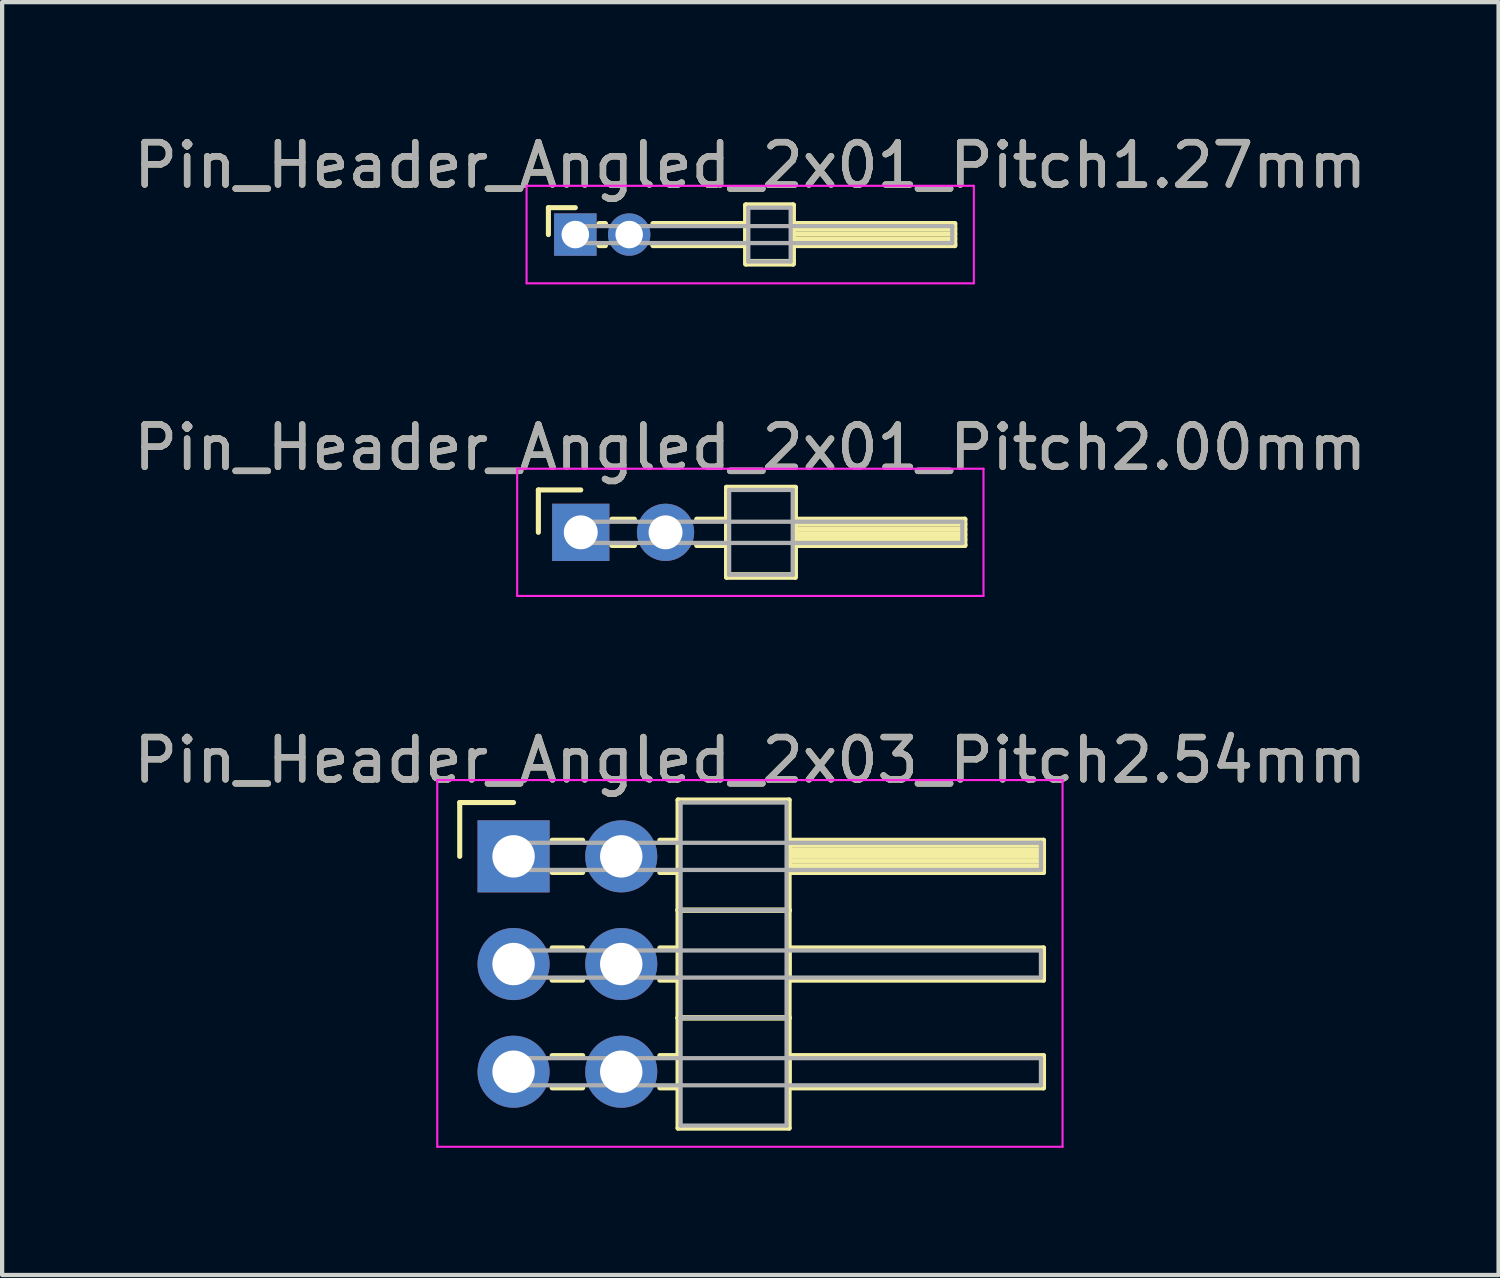
<source format=kicad_pcb>
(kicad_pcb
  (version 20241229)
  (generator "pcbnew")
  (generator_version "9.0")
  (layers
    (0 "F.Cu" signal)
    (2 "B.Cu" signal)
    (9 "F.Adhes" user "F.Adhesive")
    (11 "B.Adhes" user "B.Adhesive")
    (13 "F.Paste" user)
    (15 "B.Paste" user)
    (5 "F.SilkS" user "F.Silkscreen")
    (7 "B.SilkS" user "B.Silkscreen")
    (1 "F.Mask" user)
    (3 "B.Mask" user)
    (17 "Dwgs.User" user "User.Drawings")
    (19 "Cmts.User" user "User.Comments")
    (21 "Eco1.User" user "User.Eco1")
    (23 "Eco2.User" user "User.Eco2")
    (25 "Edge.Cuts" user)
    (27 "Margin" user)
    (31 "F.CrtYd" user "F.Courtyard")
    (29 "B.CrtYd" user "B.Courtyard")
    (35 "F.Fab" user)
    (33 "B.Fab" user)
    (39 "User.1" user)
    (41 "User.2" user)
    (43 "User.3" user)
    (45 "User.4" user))
  (footprint "Pin_Header_Angled_2x03_Pitch2.54mm"
    (layer "F.Cu")
    (at 9.064 17.15)
    (property "Reference" "Pin_Header_Angled_2x03_Pitch2.54mm" (at 5.585 -2.27 0) (layer "F.SilkS") (effects (font (size 1 1) (thickness 0.15))))
    (attr through_hole)
    (fp_line (start -1.27 -1.27) (end 0 -1.27) (stroke (width 0.12) (type solid)) (layer "F.SilkS"))
    (fp_line (start -1.27 0) (end -1.27 -1.27) (stroke (width 0.12) (type solid)) (layer "F.SilkS"))
    (fp_line (start 0.91 -0.38) (end 1.63 -0.38) (stroke (width 0.12) (type solid)) (layer "F.SilkS"))
    (fp_line (start 0.91 0.38) (end 1.63 0.38) (stroke (width 0.12) (type solid)) (layer "F.SilkS"))
    (fp_line (start 0.91 2.16) (end 1.63 2.16) (stroke (width 0.12) (type solid)) (layer "F.SilkS"))
    (fp_line (start 0.91 2.92) (end 1.63 2.92) (stroke (width 0.12) (type solid)) (layer "F.SilkS"))
    (fp_line (start 0.91 4.7) (end 1.63 4.7) (stroke (width 0.12) (type solid)) (layer "F.SilkS"))
    (fp_line (start 0.91 5.46) (end 1.63 5.46) (stroke (width 0.12) (type solid)) (layer "F.SilkS"))
    (fp_line (start 3.45 -0.38) (end 3.88 -0.38) (stroke (width 0.12) (type solid)) (layer "F.SilkS"))
    (fp_line (start 3.45 0.38) (end 3.88 0.38) (stroke (width 0.12) (type solid)) (layer "F.SilkS"))
    (fp_line (start 3.45 2.16) (end 3.88 2.16) (stroke (width 0.12) (type solid)) (layer "F.SilkS"))
    (fp_line (start 3.45 2.92) (end 3.88 2.92) (stroke (width 0.12) (type solid)) (layer "F.SilkS"))
    (fp_line (start 3.45 4.7) (end 3.88 4.7) (stroke (width 0.12) (type solid)) (layer "F.SilkS"))
    (fp_line (start 3.45 5.46) (end 3.88 5.46) (stroke (width 0.12) (type solid)) (layer "F.SilkS"))
    (fp_line (start 3.88 -1.33) (end 3.88 1.27) (stroke (width 0.12) (type solid)) (layer "F.SilkS"))
    (fp_line (start 3.88 1.27) (end 3.88 3.81) (stroke (width 0.12) (type solid)) (layer "F.SilkS"))
    (fp_line (start 3.88 1.27) (end 6.5 1.27) (stroke (width 0.12) (type solid)) (layer "F.SilkS"))
    (fp_line (start 3.88 3.81) (end 3.88 6.41) (stroke (width 0.12) (type solid)) (layer "F.SilkS"))
    (fp_line (start 3.88 3.81) (end 6.5 3.81) (stroke (width 0.12) (type solid)) (layer "F.SilkS"))
    (fp_line (start 3.88 6.41) (end 6.5 6.41) (stroke (width 0.12) (type solid)) (layer "F.SilkS"))
    (fp_line (start 6.5 -1.33) (end 3.88 -1.33) (stroke (width 0.12) (type solid)) (layer "F.SilkS"))
    (fp_line (start 6.5 -0.38) (end 6.5 0.38) (stroke (width 0.12) (type solid)) (layer "F.SilkS"))
    (fp_line (start 6.5 -0.26) (end 12.5 -0.26) (stroke (width 0.12) (type solid)) (layer "F.SilkS"))
    (fp_line (start 6.5 -0.14) (end 12.5 -0.14) (stroke (width 0.12) (type solid)) (layer "F.SilkS"))
    (fp_line (start 6.5 -0.02) (end 12.5 -0.02) (stroke (width 0.12) (type solid)) (layer "F.SilkS"))
    (fp_line (start 6.5 0.1) (end 12.5 0.1) (stroke (width 0.12) (type solid)) (layer "F.SilkS"))
    (fp_line (start 6.5 0.22) (end 12.5 0.22) (stroke (width 0.12) (type solid)) (layer "F.SilkS"))
    (fp_line (start 6.5 0.34) (end 12.5 0.34) (stroke (width 0.12) (type solid)) (layer "F.SilkS"))
    (fp_line (start 6.5 0.38) (end 12.5 0.38) (stroke (width 0.12) (type solid)) (layer "F.SilkS"))
    (fp_line (start 6.5 1.27) (end 3.88 1.27) (stroke (width 0.12) (type solid)) (layer "F.SilkS"))
    (fp_line (start 6.5 1.27) (end 6.5 -1.33) (stroke (width 0.12) (type solid)) (layer "F.SilkS"))
    (fp_line (start 6.5 2.16) (end 6.5 2.92) (stroke (width 0.12) (type solid)) (layer "F.SilkS"))
    (fp_line (start 6.5 2.92) (end 12.5 2.92) (stroke (width 0.12) (type solid)) (layer "F.SilkS"))
    (fp_line (start 6.5 3.81) (end 3.88 3.81) (stroke (width 0.12) (type solid)) (layer "F.SilkS"))
    (fp_line (start 6.5 3.81) (end 6.5 1.27) (stroke (width 0.12) (type solid)) (layer "F.SilkS"))
    (fp_line (start 6.5 4.7) (end 6.5 5.46) (stroke (width 0.12) (type solid)) (layer "F.SilkS"))
    (fp_line (start 6.5 5.46) (end 12.5 5.46) (stroke (width 0.12) (type solid)) (layer "F.SilkS"))
    (fp_line (start 6.5 6.41) (end 6.5 3.81) (stroke (width 0.12) (type solid)) (layer "F.SilkS"))
    (fp_line (start 12.5 -0.38) (end 6.5 -0.38) (stroke (width 0.12) (type solid)) (layer "F.SilkS"))
    (fp_line (start 12.5 0.38) (end 12.5 -0.38) (stroke (width 0.12) (type solid)) (layer "F.SilkS"))
    (fp_line (start 12.5 2.16) (end 6.5 2.16) (stroke (width 0.12) (type solid)) (layer "F.SilkS"))
    (fp_line (start 12.5 2.92) (end 12.5 2.16) (stroke (width 0.12) (type solid)) (layer "F.SilkS"))
    (fp_line (start 12.5 4.7) (end 6.5 4.7) (stroke (width 0.12) (type solid)) (layer "F.SilkS"))
    (fp_line (start 12.5 5.46) (end 12.5 4.7) (stroke (width 0.12) (type solid)) (layer "F.SilkS"))
    (fp_line (start -1.8 -1.8) (end -1.8 6.85) (stroke (width 0.05) (type solid)) (layer "F.CrtYd"))
    (fp_line (start -1.8 6.85) (end 12.95 6.85) (stroke (width 0.05) (type solid)) (layer "F.CrtYd"))
    (fp_line (start 12.95 -1.8) (end -1.8 -1.8) (stroke (width 0.05) (type solid)) (layer "F.CrtYd"))
    (fp_line (start 12.95 6.85) (end 12.95 -1.8) (stroke (width 0.05) (type solid)) (layer "F.CrtYd"))
    (fp_line (start 0 -0.32) (end 0 0.32) (stroke (width 0.1) (type solid)) (layer "F.Fab"))
    (fp_line (start 0 0.32) (end 12.44 0.32) (stroke (width 0.1) (type solid)) (layer "F.Fab"))
    (fp_line (start 0 2.22) (end 0 2.86) (stroke (width 0.1) (type solid)) (layer "F.Fab"))
    (fp_line (start 0 2.86) (end 12.44 2.86) (stroke (width 0.1) (type solid)) (layer "F.Fab"))
    (fp_line (start 0 4.76) (end 0 5.4) (stroke (width 0.1) (type solid)) (layer "F.Fab"))
    (fp_line (start 0 5.4) (end 12.44 5.4) (stroke (width 0.1) (type solid)) (layer "F.Fab"))
    (fp_line (start 3.94 -1.27) (end 3.94 1.27) (stroke (width 0.1) (type solid)) (layer "F.Fab"))
    (fp_line (start 3.94 1.27) (end 3.94 3.81) (stroke (width 0.1) (type solid)) (layer "F.Fab"))
    (fp_line (start 3.94 1.27) (end 6.44 1.27) (stroke (width 0.1) (type solid)) (layer "F.Fab"))
    (fp_line (start 3.94 3.81) (end 3.94 6.35) (stroke (width 0.1) (type solid)) (layer "F.Fab"))
    (fp_line (start 3.94 3.81) (end 6.44 3.81) (stroke (width 0.1) (type solid)) (layer "F.Fab"))
    (fp_line (start 3.94 6.35) (end 6.44 6.35) (stroke (width 0.1) (type solid)) (layer "F.Fab"))
    (fp_line (start 6.44 -1.27) (end 3.94 -1.27) (stroke (width 0.1) (type solid)) (layer "F.Fab"))
    (fp_line (start 6.44 1.27) (end 3.94 1.27) (stroke (width 0.1) (type solid)) (layer "F.Fab"))
    (fp_line (start 6.44 1.27) (end 6.44 -1.27) (stroke (width 0.1) (type solid)) (layer "F.Fab"))
    (fp_line (start 6.44 3.81) (end 3.94 3.81) (stroke (width 0.1) (type solid)) (layer "F.Fab"))
    (fp_line (start 6.44 3.81) (end 6.44 1.27) (stroke (width 0.1) (type solid)) (layer "F.Fab"))
    (fp_line (start 6.44 6.35) (end 6.44 3.81) (stroke (width 0.1) (type solid)) (layer "F.Fab"))
    (fp_line (start 12.44 -0.32) (end 0 -0.32) (stroke (width 0.1) (type solid)) (layer "F.Fab"))
    (fp_line (start 12.44 0.32) (end 12.44 -0.32) (stroke (width 0.1) (type solid)) (layer "F.Fab"))
    (fp_line (start 12.44 2.22) (end 0 2.22) (stroke (width 0.1) (type solid)) (layer "F.Fab"))
    (fp_line (start 12.44 2.86) (end 12.44 2.22) (stroke (width 0.1) (type solid)) (layer "F.Fab"))
    (fp_line (start 12.44 4.76) (end 0 4.76) (stroke (width 0.1) (type solid)) (layer "F.Fab"))
    (fp_line (start 12.44 5.4) (end 12.44 4.76) (stroke (width 0.1) (type solid)) (layer "F.Fab"))
    (fp_text user "${REFERENCE}" (at 5.585 -2.27 0) (layer "F.Fab") (effects (font (size 1 1) (thickness 0.15))))
    (pad "1" thru_hole rect (at 0 0) (size 1.7 1.7) (drill 1) (layers "*.Cu" "*.Mask"))
    (pad "2" thru_hole oval (at 2.54 0) (size 1.7 1.7) (drill 1) (layers "*.Cu" "*.Mask"))
    (pad "3" thru_hole oval (at 0 2.54) (size 1.7 1.7) (drill 1) (layers "*.Cu" "*.Mask"))
    (pad "4" thru_hole oval (at 2.54 2.54) (size 1.7 1.7) (drill 1) (layers "*.Cu" "*.Mask"))
    (pad "5" thru_hole oval (at 0 5.08) (size 1.7 1.7) (drill 1) (layers "*.Cu" "*.Mask"))
    (pad "6" thru_hole oval (at 2.54 5.08) (size 1.7 1.7) (drill 1) (layers "*.Cu" "*.Mask")))
  (footprint "Pin_Header_Angled_2x01_Pitch1.27mm"
    (layer "F.Cu")
    (at 10.521 2.483)
    (property "Reference" "Pin_Header_Angled_2x01_Pitch1.27mm" (at 4.128 -1.635 0) (layer "F.SilkS") (effects (font (size 1 1) (thickness 0.15))))
    (attr through_hole)
    (fp_line (start -0.635 -0.635) (end 0 -0.635) (stroke (width 0.12) (type solid)) (layer "F.SilkS"))
    (fp_line (start -0.635 0) (end -0.635 -0.635) (stroke (width 0.12) (type solid)) (layer "F.SilkS"))
    (fp_line (start 0.56 -0.26) (end 0.71 -0.26) (stroke (width 0.12) (type solid)) (layer "F.SilkS"))
    (fp_line (start 0.56 0.26) (end 0.71 0.26) (stroke (width 0.12) (type solid)) (layer "F.SilkS"))
    (fp_line (start 1.83 -0.26) (end 4.02 -0.26) (stroke (width 0.12) (type solid)) (layer "F.SilkS"))
    (fp_line (start 1.83 0.26) (end 4.02 0.26) (stroke (width 0.12) (type solid)) (layer "F.SilkS"))
    (fp_line (start 4.02 -0.695) (end 4.02 0.635) (stroke (width 0.12) (type solid)) (layer "F.SilkS"))
    (fp_line (start 4.02 -0.695) (end 4.02 0.695) (stroke (width 0.12) (type solid)) (layer "F.SilkS"))
    (fp_line (start 4.02 0.635) (end 5.14 0.635) (stroke (width 0.12) (type solid)) (layer "F.SilkS"))
    (fp_line (start 4.02 0.695) (end 5.14 0.695) (stroke (width 0.12) (type solid)) (layer "F.SilkS"))
    (fp_line (start 5.14 -0.695) (end 4.02 -0.695) (stroke (width 0.12) (type solid)) (layer "F.SilkS"))
    (fp_line (start 5.14 -0.695) (end 4.02 -0.695) (stroke (width 0.12) (type solid)) (layer "F.SilkS"))
    (fp_line (start 5.14 -0.26) (end 5.14 0.26) (stroke (width 0.12) (type solid)) (layer "F.SilkS"))
    (fp_line (start 5.14 -0.14) (end 8.95 -0.14) (stroke (width 0.12) (type solid)) (layer "F.SilkS"))
    (fp_line (start 5.14 -0.02) (end 8.95 -0.02) (stroke (width 0.12) (type solid)) (layer "F.SilkS"))
    (fp_line (start 5.14 0.1) (end 8.95 0.1) (stroke (width 0.12) (type solid)) (layer "F.SilkS"))
    (fp_line (start 5.14 0.22) (end 8.95 0.22) (stroke (width 0.12) (type solid)) (layer "F.SilkS"))
    (fp_line (start 5.14 0.26) (end 8.95 0.26) (stroke (width 0.12) (type solid)) (layer "F.SilkS"))
    (fp_line (start 5.14 0.635) (end 5.14 -0.695) (stroke (width 0.12) (type solid)) (layer "F.SilkS"))
    (fp_line (start 5.14 0.695) (end 5.14 -0.695) (stroke (width 0.12) (type solid)) (layer "F.SilkS"))
    (fp_line (start 8.95 -0.26) (end 5.14 -0.26) (stroke (width 0.12) (type solid)) (layer "F.SilkS"))
    (fp_line (start 8.95 0.26) (end 8.95 -0.26) (stroke (width 0.12) (type solid)) (layer "F.SilkS"))
    (fp_line (start -1.15 -1.15) (end -1.15 1.15) (stroke (width 0.05) (type solid)) (layer "F.CrtYd"))
    (fp_line (start -1.15 1.15) (end 9.4 1.15) (stroke (width 0.05) (type solid)) (layer "F.CrtYd"))
    (fp_line (start 9.4 -1.15) (end -1.15 -1.15) (stroke (width 0.05) (type solid)) (layer "F.CrtYd"))
    (fp_line (start 9.4 1.15) (end 9.4 -1.15) (stroke (width 0.05) (type solid)) (layer "F.CrtYd"))
    (fp_line (start 0 -0.2) (end 0 0.2) (stroke (width 0.1) (type solid)) (layer "F.Fab"))
    (fp_line (start 0 0.2) (end 8.89 0.2) (stroke (width 0.1) (type solid)) (layer "F.Fab"))
    (fp_line (start 4.08 -0.635) (end 4.08 0.635) (stroke (width 0.1) (type solid)) (layer "F.Fab"))
    (fp_line (start 4.08 0.635) (end 5.08 0.635) (stroke (width 0.1) (type solid)) (layer "F.Fab"))
    (fp_line (start 5.08 -0.635) (end 4.08 -0.635) (stroke (width 0.1) (type solid)) (layer "F.Fab"))
    (fp_line (start 5.08 0.635) (end 5.08 -0.635) (stroke (width 0.1) (type solid)) (layer "F.Fab"))
    (fp_line (start 8.89 -0.2) (end 0 -0.2) (stroke (width 0.1) (type solid)) (layer "F.Fab"))
    (fp_line (start 8.89 0.2) (end 8.89 -0.2) (stroke (width 0.1) (type solid)) (layer "F.Fab"))
    (fp_text user "${REFERENCE}" (at 4.128 -1.635 0) (layer "F.Fab") (effects (font (size 1 1) (thickness 0.15))))
    (pad "1" thru_hole rect (at 0 0) (size 1 1) (drill 0.65) (layers "*.Cu" "*.Mask"))
    (pad "2" thru_hole oval (at 1.27 0) (size 1 1) (drill 0.65) (layers "*.Cu" "*.Mask")))
  (footprint "Pin_Header_Angled_2x01_Pitch2.00mm"
    (layer "F.Cu")
    (at 10.649 9.507)
    (property "Reference" "Pin_Header_Angled_2x01_Pitch2.00mm" (at 4 -2 0) (layer "F.SilkS") (effects (font (size 1 1) (thickness 0.15))))
    (attr through_hole)
    (fp_line (start -1 -1) (end 0 -1) (stroke (width 0.12) (type solid)) (layer "F.SilkS"))
    (fp_line (start -1 0) (end -1 -1) (stroke (width 0.12) (type solid)) (layer "F.SilkS"))
    (fp_line (start 0.735 -0.31) (end 1.265 -0.31) (stroke (width 0.12) (type solid)) (layer "F.SilkS"))
    (fp_line (start 0.735 0.31) (end 1.265 0.31) (stroke (width 0.12) (type solid)) (layer "F.SilkS"))
    (fp_line (start 2.735 -0.31) (end 3.44 -0.31) (stroke (width 0.12) (type solid)) (layer "F.SilkS"))
    (fp_line (start 2.735 0.31) (end 3.44 0.31) (stroke (width 0.12) (type solid)) (layer "F.SilkS"))
    (fp_line (start 3.44 -1.06) (end 3.44 1) (stroke (width 0.12) (type solid)) (layer "F.SilkS"))
    (fp_line (start 3.44 -1.06) (end 3.44 1.06) (stroke (width 0.12) (type solid)) (layer "F.SilkS"))
    (fp_line (start 3.44 1) (end 5.06 1) (stroke (width 0.12) (type solid)) (layer "F.SilkS"))
    (fp_line (start 3.44 1.06) (end 5.06 1.06) (stroke (width 0.12) (type solid)) (layer "F.SilkS"))
    (fp_line (start 5.06 -1.06) (end 3.44 -1.06) (stroke (width 0.12) (type solid)) (layer "F.SilkS"))
    (fp_line (start 5.06 -1.06) (end 3.44 -1.06) (stroke (width 0.12) (type solid)) (layer "F.SilkS"))
    (fp_line (start 5.06 -0.31) (end 5.06 0.31) (stroke (width 0.12) (type solid)) (layer "F.SilkS"))
    (fp_line (start 5.06 -0.19) (end 9.06 -0.19) (stroke (width 0.12) (type solid)) (layer "F.SilkS"))
    (fp_line (start 5.06 -0.07) (end 9.06 -0.07) (stroke (width 0.12) (type solid)) (layer "F.SilkS"))
    (fp_line (start 5.06 0.05) (end 9.06 0.05) (stroke (width 0.12) (type solid)) (layer "F.SilkS"))
    (fp_line (start 5.06 0.17) (end 9.06 0.17) (stroke (width 0.12) (type solid)) (layer "F.SilkS"))
    (fp_line (start 5.06 0.29) (end 9.06 0.29) (stroke (width 0.12) (type solid)) (layer "F.SilkS"))
    (fp_line (start 5.06 0.31) (end 9.06 0.31) (stroke (width 0.12) (type solid)) (layer "F.SilkS"))
    (fp_line (start 5.06 1) (end 5.06 -1.06) (stroke (width 0.12) (type solid)) (layer "F.SilkS"))
    (fp_line (start 5.06 1.06) (end 5.06 -1.06) (stroke (width 0.12) (type solid)) (layer "F.SilkS"))
    (fp_line (start 9.06 -0.31) (end 5.06 -0.31) (stroke (width 0.12) (type solid)) (layer "F.SilkS"))
    (fp_line (start 9.06 0.31) (end 9.06 -0.31) (stroke (width 0.12) (type solid)) (layer "F.SilkS"))
    (fp_line (start -1.5 -1.5) (end -1.5 1.5) (stroke (width 0.05) (type solid)) (layer "F.CrtYd"))
    (fp_line (start -1.5 1.5) (end 9.5 1.5) (stroke (width 0.05) (type solid)) (layer "F.CrtYd"))
    (fp_line (start 9.5 -1.5) (end -1.5 -1.5) (stroke (width 0.05) (type solid)) (layer "F.CrtYd"))
    (fp_line (start 9.5 1.5) (end 9.5 -1.5) (stroke (width 0.05) (type solid)) (layer "F.CrtYd"))
    (fp_line (start 0 -0.25) (end 0 0.25) (stroke (width 0.1) (type solid)) (layer "F.Fab"))
    (fp_line (start 0 0.25) (end 9 0.25) (stroke (width 0.1) (type solid)) (layer "F.Fab"))
    (fp_line (start 3.5 -1) (end 3.5 1) (stroke (width 0.1) (type solid)) (layer "F.Fab"))
    (fp_line (start 3.5 1) (end 5 1) (stroke (width 0.1) (type solid)) (layer "F.Fab"))
    (fp_line (start 5 -1) (end 3.5 -1) (stroke (width 0.1) (type solid)) (layer "F.Fab"))
    (fp_line (start 5 1) (end 5 -1) (stroke (width 0.1) (type solid)) (layer "F.Fab"))
    (fp_line (start 9 -0.25) (end 0 -0.25) (stroke (width 0.1) (type solid)) (layer "F.Fab"))
    (fp_line (start 9 0.25) (end 9 -0.25) (stroke (width 0.1) (type solid)) (layer "F.Fab"))
    (fp_text user "${REFERENCE}" (at 4 -2 0) (layer "F.Fab") (effects (font (size 1 1) (thickness 0.15))))
    (pad "1" thru_hole rect (at 0 0) (size 1.35 1.35) (drill 0.8) (layers "*.Cu" "*.Mask"))
    (pad "2" thru_hole oval (at 2 0) (size 1.35 1.35) (drill 0.8) (layers "*.Cu" "*.Mask")))
  (gr_rect
    (start -3 -3)
    (end 32.298 27.025)
    (stroke (width 0.1) (type default))
    (fill no)
    (layer "Edge.Cuts")))
</source>
